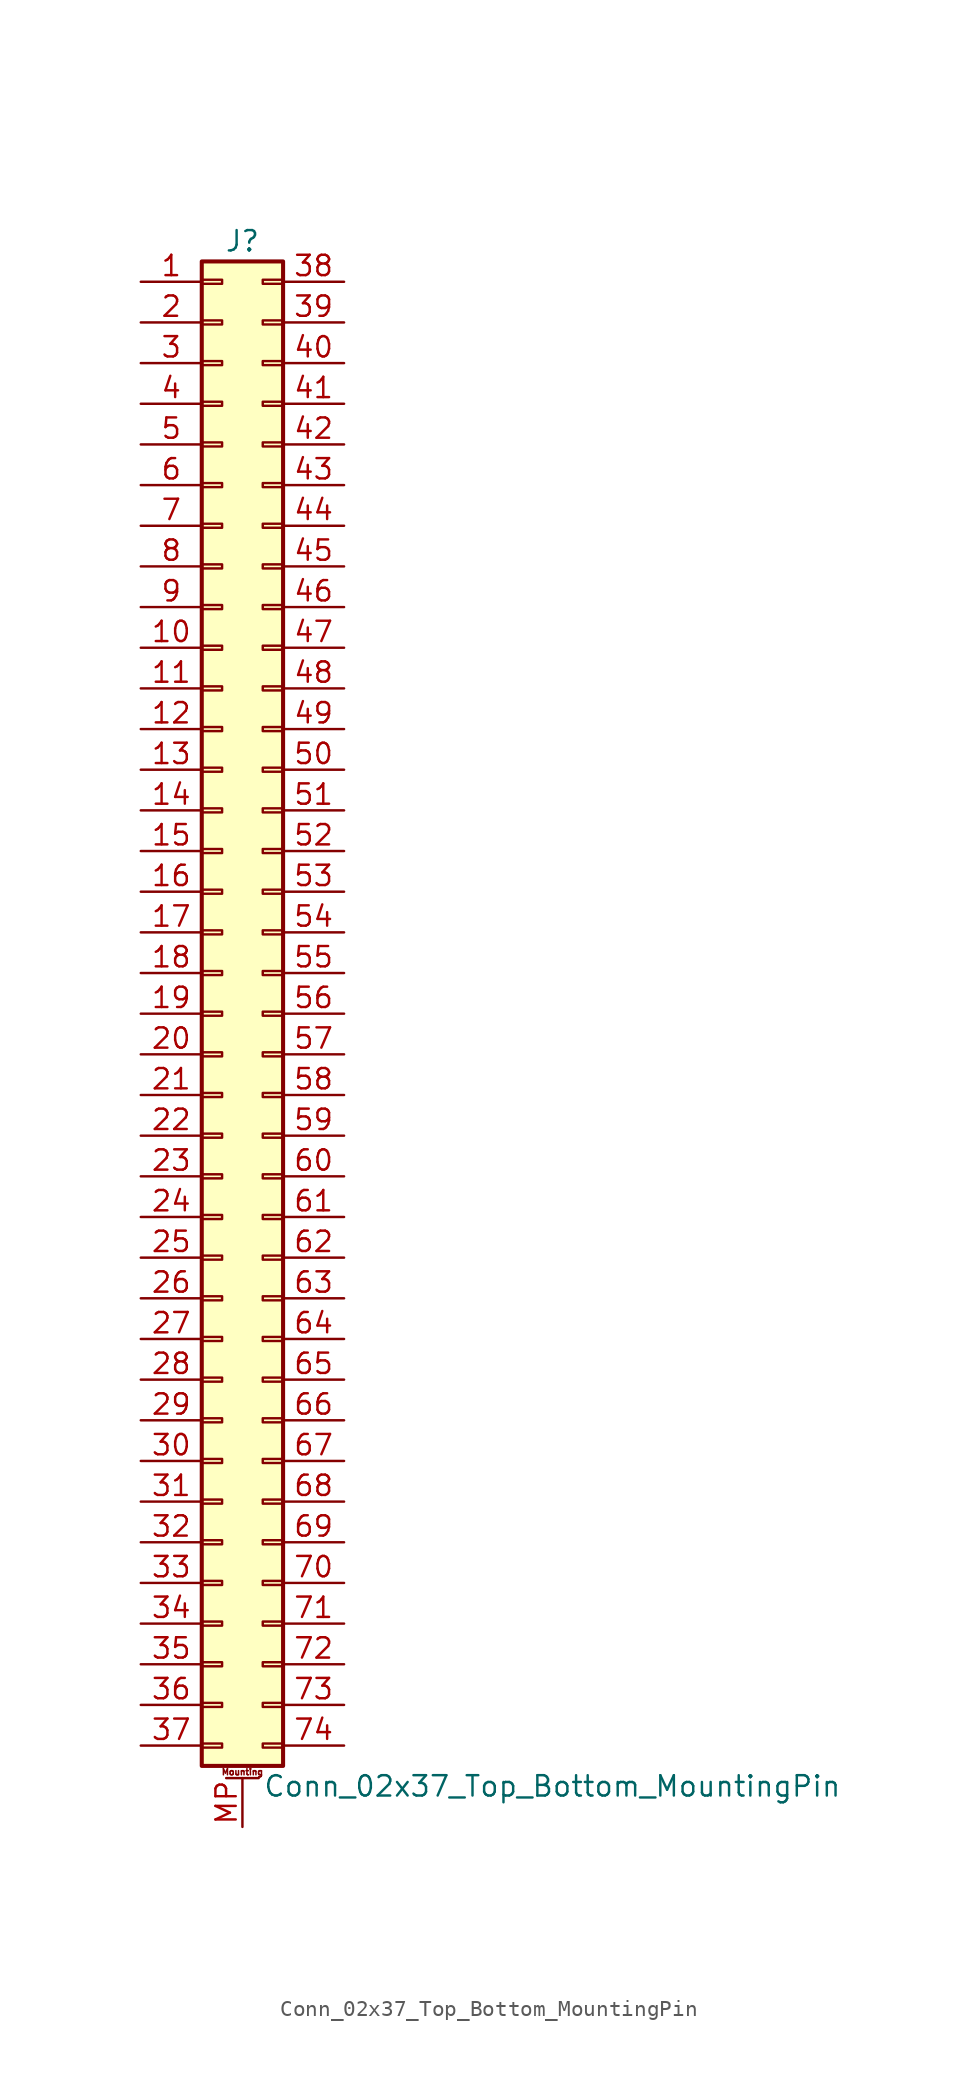
<source format=kicad_sym>
(kicad_symbol_lib
  (version 20220914)
  (generator kicad_symbol_editor)
  (symbol "Conn_02x37_Top_Bottom_MountingPin"
    (pin_names
      (offset 1.016) hide)
    (property "Reference" "J"
      (at 1.27 48.26 0)
      (effects (font (size 1.27 1.27))))
    (property "Value" "Conn_02x37_Top_Bottom_MountingPin"
      (at 2.54 -48.26 0)
      (effects (font (size 1.27 1.27)) (justify left)))
    (symbol "Conn_02x37_Top_Bottom_MountingPin_1_1"
      (rectangle (start -1.27 -45.593) (end 0 -45.847) (stroke (width 0.152) (type default)) (fill (type none)))
      (rectangle (start -1.27 -43.053) (end 0 -43.307) (stroke (width 0.152) (type default)) (fill (type none)))
      (rectangle (start -1.27 -40.513) (end 0 -40.767) (stroke (width 0.152) (type default)) (fill (type none)))
      (rectangle (start -1.27 -37.973) (end 0 -38.227) (stroke (width 0.152) (type default)) (fill (type none)))
      (rectangle (start -1.27 -35.433) (end 0 -35.687) (stroke (width 0.152) (type default)) (fill (type none)))
      (rectangle (start -1.27 -32.893) (end 0 -33.147) (stroke (width 0.152) (type default)) (fill (type none)))
      (rectangle (start -1.27 -30.353) (end 0 -30.607) (stroke (width 0.152) (type default)) (fill (type none)))
      (rectangle (start -1.27 -27.813) (end 0 -28.067) (stroke (width 0.152) (type default)) (fill (type none)))
      (rectangle (start -1.27 -25.273) (end 0 -25.527) (stroke (width 0.152) (type default)) (fill (type none)))
      (rectangle (start -1.27 -22.733) (end 0 -22.987) (stroke (width 0.152) (type default)) (fill (type none)))
      (rectangle (start -1.27 -20.193) (end 0 -20.447) (stroke (width 0.152) (type default)) (fill (type none)))
      (rectangle (start -1.27 -17.653) (end 0 -17.907) (stroke (width 0.152) (type default)) (fill (type none)))
      (rectangle (start -1.27 -15.113) (end 0 -15.367) (stroke (width 0.152) (type default)) (fill (type none)))
      (rectangle (start -1.27 -12.573) (end 0 -12.827) (stroke (width 0.152) (type default)) (fill (type none)))
      (rectangle (start -1.27 -10.033) (end 0 -10.287) (stroke (width 0.152) (type default)) (fill (type none)))
      (rectangle (start -1.27 -7.493) (end 0 -7.747) (stroke (width 0.152) (type default)) (fill (type none)))
      (rectangle (start -1.27 -4.953) (end 0 -5.207) (stroke (width 0.152) (type default)) (fill (type none)))
      (rectangle (start -1.27 -2.413) (end 0 -2.667) (stroke (width 0.152) (type default)) (fill (type none)))
      (rectangle (start -1.27 0.127) (end 0 -0.127) (stroke (width 0.152) (type default)) (fill (type none)))
      (rectangle (start -1.27 2.667) (end 0 2.413) (stroke (width 0.152) (type default)) (fill (type none)))
      (rectangle (start -1.27 5.207) (end 0 4.953) (stroke (width 0.152) (type default)) (fill (type none)))
      (rectangle (start -1.27 7.747) (end 0 7.493) (stroke (width 0.152) (type default)) (fill (type none)))
      (rectangle (start -1.27 10.287) (end 0 10.033) (stroke (width 0.152) (type default)) (fill (type none)))
      (rectangle (start -1.27 12.827) (end 0 12.573) (stroke (width 0.152) (type default)) (fill (type none)))
      (rectangle (start -1.27 15.367) (end 0 15.113) (stroke (width 0.152) (type default)) (fill (type none)))
      (rectangle (start -1.27 17.907) (end 0 17.653) (stroke (width 0.152) (type default)) (fill (type none)))
      (rectangle (start -1.27 20.447) (end 0 20.193) (stroke (width 0.152) (type default)) (fill (type none)))
      (rectangle (start -1.27 22.987) (end 0 22.733) (stroke (width 0.152) (type default)) (fill (type none)))
      (rectangle (start -1.27 25.527) (end 0 25.273) (stroke (width 0.152) (type default)) (fill (type none)))
      (rectangle (start -1.27 28.067) (end 0 27.813) (stroke (width 0.152) (type default)) (fill (type none)))
      (rectangle (start -1.27 30.607) (end 0 30.353) (stroke (width 0.152) (type default)) (fill (type none)))
      (rectangle (start -1.27 33.147) (end 0 32.893) (stroke (width 0.152) (type default)) (fill (type none)))
      (rectangle (start -1.27 35.687) (end 0 35.433) (stroke (width 0.152) (type default)) (fill (type none)))
      (rectangle (start -1.27 38.227) (end 0 37.973) (stroke (width 0.152) (type default)) (fill (type none)))
      (rectangle (start -1.27 40.767) (end 0 40.513) (stroke (width 0.152) (type default)) (fill (type none)))
      (rectangle (start -1.27 43.307) (end 0 43.053) (stroke (width 0.152) (type default)) (fill (type none)))
      (rectangle (start -1.27 45.847) (end 0 45.593) (stroke (width 0.152) (type default)) (fill (type none)))
      (rectangle (start -1.27 46.99) (end 3.81 -46.99) (stroke (width 0.254) (type default)) (fill (type background)))
      (polyline (pts (xy 0.254 -47.752) (xy 2.286 -47.752)) (stroke (width 0.152) (type default)) (fill (type none)))
      (rectangle (start 3.81 -45.593) (end 2.54 -45.847) (stroke (width 0.152) (type default)) (fill (type none)))
      (rectangle (start 3.81 -43.053) (end 2.54 -43.307) (stroke (width 0.152) (type default)) (fill (type none)))
      (rectangle (start 3.81 -40.513) (end 2.54 -40.767) (stroke (width 0.152) (type default)) (fill (type none)))
      (rectangle (start 3.81 -37.973) (end 2.54 -38.227) (stroke (width 0.152) (type default)) (fill (type none)))
      (rectangle (start 3.81 -35.433) (end 2.54 -35.687) (stroke (width 0.152) (type default)) (fill (type none)))
      (rectangle (start 3.81 -32.893) (end 2.54 -33.147) (stroke (width 0.152) (type default)) (fill (type none)))
      (rectangle (start 3.81 -30.353) (end 2.54 -30.607) (stroke (width 0.152) (type default)) (fill (type none)))
      (rectangle (start 3.81 -27.813) (end 2.54 -28.067) (stroke (width 0.152) (type default)) (fill (type none)))
      (rectangle (start 3.81 -25.273) (end 2.54 -25.527) (stroke (width 0.152) (type default)) (fill (type none)))
      (rectangle (start 3.81 -22.733) (end 2.54 -22.987) (stroke (width 0.152) (type default)) (fill (type none)))
      (rectangle (start 3.81 -20.193) (end 2.54 -20.447) (stroke (width 0.152) (type default)) (fill (type none)))
      (rectangle (start 3.81 -17.653) (end 2.54 -17.907) (stroke (width 0.152) (type default)) (fill (type none)))
      (rectangle (start 3.81 -15.113) (end 2.54 -15.367) (stroke (width 0.152) (type default)) (fill (type none)))
      (rectangle (start 3.81 -12.573) (end 2.54 -12.827) (stroke (width 0.152) (type default)) (fill (type none)))
      (rectangle (start 3.81 -10.033) (end 2.54 -10.287) (stroke (width 0.152) (type default)) (fill (type none)))
      (rectangle (start 3.81 -7.493) (end 2.54 -7.747) (stroke (width 0.152) (type default)) (fill (type none)))
      (rectangle (start 3.81 -4.953) (end 2.54 -5.207) (stroke (width 0.152) (type default)) (fill (type none)))
      (rectangle (start 3.81 -2.413) (end 2.54 -2.667) (stroke (width 0.152) (type default)) (fill (type none)))
      (rectangle (start 3.81 0.127) (end 2.54 -0.127) (stroke (width 0.152) (type default)) (fill (type none)))
      (rectangle (start 3.81 2.667) (end 2.54 2.413) (stroke (width 0.152) (type default)) (fill (type none)))
      (rectangle (start 3.81 5.207) (end 2.54 4.953) (stroke (width 0.152) (type default)) (fill (type none)))
      (rectangle (start 3.81 7.747) (end 2.54 7.493) (stroke (width 0.152) (type default)) (fill (type none)))
      (rectangle (start 3.81 10.287) (end 2.54 10.033) (stroke (width 0.152) (type default)) (fill (type none)))
      (rectangle (start 3.81 12.827) (end 2.54 12.573) (stroke (width 0.152) (type default)) (fill (type none)))
      (rectangle (start 3.81 15.367) (end 2.54 15.113) (stroke (width 0.152) (type default)) (fill (type none)))
      (rectangle (start 3.81 17.907) (end 2.54 17.653) (stroke (width 0.152) (type default)) (fill (type none)))
      (rectangle (start 3.81 20.447) (end 2.54 20.193) (stroke (width 0.152) (type default)) (fill (type none)))
      (rectangle (start 3.81 22.987) (end 2.54 22.733) (stroke (width 0.152) (type default)) (fill (type none)))
      (rectangle (start 3.81 25.527) (end 2.54 25.273) (stroke (width 0.152) (type default)) (fill (type none)))
      (rectangle (start 3.81 28.067) (end 2.54 27.813) (stroke (width 0.152) (type default)) (fill (type none)))
      (rectangle (start 3.81 30.607) (end 2.54 30.353) (stroke (width 0.152) (type default)) (fill (type none)))
      (rectangle (start 3.81 33.147) (end 2.54 32.893) (stroke (width 0.152) (type default)) (fill (type none)))
      (rectangle (start 3.81 35.687) (end 2.54 35.433) (stroke (width 0.152) (type default)) (fill (type none)))
      (rectangle (start 3.81 38.227) (end 2.54 37.973) (stroke (width 0.152) (type default)) (fill (type none)))
      (rectangle (start 3.81 40.767) (end 2.54 40.513) (stroke (width 0.152) (type default)) (fill (type none)))
      (rectangle (start 3.81 43.307) (end 2.54 43.053) (stroke (width 0.152) (type default)) (fill (type none)))
      (rectangle (start 3.81 45.847) (end 2.54 45.593) (stroke (width 0.152) (type default)) (fill (type none)))
      (text "Mounting" (at 1.27 -47.371 0) (effects (font (size 0.381 0.381))))
      (pin passive line (at -5.08 45.72 0) (length 3.81) (name "Pin_1" (effects (font (size 1.27 1.27)))) (number "1" (effects (font (size 1.27 1.27)))))
      (pin passive line (at -5.08 22.86 0) (length 3.81) (name "Pin_10" (effects (font (size 1.27 1.27)))) (number "10" (effects (font (size 1.27 1.27)))))
      (pin passive line (at -5.08 20.32 0) (length 3.81) (name "Pin_11" (effects (font (size 1.27 1.27)))) (number "11" (effects (font (size 1.27 1.27)))))
      (pin passive line (at -5.08 17.78 0) (length 3.81) (name "Pin_12" (effects (font (size 1.27 1.27)))) (number "12" (effects (font (size 1.27 1.27)))))
      (pin passive line (at -5.08 15.24 0) (length 3.81) (name "Pin_13" (effects (font (size 1.27 1.27)))) (number "13" (effects (font (size 1.27 1.27)))))
      (pin passive line (at -5.08 12.7 0) (length 3.81) (name "Pin_14" (effects (font (size 1.27 1.27)))) (number "14" (effects (font (size 1.27 1.27)))))
      (pin passive line (at -5.08 10.16 0) (length 3.81) (name "Pin_15" (effects (font (size 1.27 1.27)))) (number "15" (effects (font (size 1.27 1.27)))))
      (pin passive line (at -5.08 7.62 0) (length 3.81) (name "Pin_16" (effects (font (size 1.27 1.27)))) (number "16" (effects (font (size 1.27 1.27)))))
      (pin passive line (at -5.08 5.08 0) (length 3.81) (name "Pin_17" (effects (font (size 1.27 1.27)))) (number "17" (effects (font (size 1.27 1.27)))))
      (pin passive line (at -5.08 2.54 0) (length 3.81) (name "Pin_18" (effects (font (size 1.27 1.27)))) (number "18" (effects (font (size 1.27 1.27)))))
      (pin passive line (at -5.08 0 0) (length 3.81) (name "Pin_19" (effects (font (size 1.27 1.27)))) (number "19" (effects (font (size 1.27 1.27)))))
      (pin passive line (at -5.08 43.18 0) (length 3.81) (name "Pin_2" (effects (font (size 1.27 1.27)))) (number "2" (effects (font (size 1.27 1.27)))))
      (pin passive line (at -5.08 -2.54 0) (length 3.81) (name "Pin_20" (effects (font (size 1.27 1.27)))) (number "20" (effects (font (size 1.27 1.27)))))
      (pin passive line (at -5.08 -5.08 0) (length 3.81) (name "Pin_21" (effects (font (size 1.27 1.27)))) (number "21" (effects (font (size 1.27 1.27)))))
      (pin passive line (at -5.08 -7.62 0) (length 3.81) (name "Pin_22" (effects (font (size 1.27 1.27)))) (number "22" (effects (font (size 1.27 1.27)))))
      (pin passive line (at -5.08 -10.16 0) (length 3.81) (name "Pin_23" (effects (font (size 1.27 1.27)))) (number "23" (effects (font (size 1.27 1.27)))))
      (pin passive line (at -5.08 -12.7 0) (length 3.81) (name "Pin_24" (effects (font (size 1.27 1.27)))) (number "24" (effects (font (size 1.27 1.27)))))
      (pin passive line (at -5.08 -15.24 0) (length 3.81) (name "Pin_25" (effects (font (size 1.27 1.27)))) (number "25" (effects (font (size 1.27 1.27)))))
      (pin passive line (at -5.08 -17.78 0) (length 3.81) (name "Pin_26" (effects (font (size 1.27 1.27)))) (number "26" (effects (font (size 1.27 1.27)))))
      (pin passive line (at -5.08 -20.32 0) (length 3.81) (name "Pin_27" (effects (font (size 1.27 1.27)))) (number "27" (effects (font (size 1.27 1.27)))))
      (pin passive line (at -5.08 -22.86 0) (length 3.81) (name "Pin_28" (effects (font (size 1.27 1.27)))) (number "28" (effects (font (size 1.27 1.27)))))
      (pin passive line (at -5.08 -25.4 0) (length 3.81) (name "Pin_29" (effects (font (size 1.27 1.27)))) (number "29" (effects (font (size 1.27 1.27)))))
      (pin passive line (at -5.08 40.64 0) (length 3.81) (name "Pin_3" (effects (font (size 1.27 1.27)))) (number "3" (effects (font (size 1.27 1.27)))))
      (pin passive line (at -5.08 -27.94 0) (length 3.81) (name "Pin_30" (effects (font (size 1.27 1.27)))) (number "30" (effects (font (size 1.27 1.27)))))
      (pin passive line (at -5.08 -30.48 0) (length 3.81) (name "Pin_31" (effects (font (size 1.27 1.27)))) (number "31" (effects (font (size 1.27 1.27)))))
      (pin passive line (at -5.08 -33.02 0) (length 3.81) (name "Pin_32" (effects (font (size 1.27 1.27)))) (number "32" (effects (font (size 1.27 1.27)))))
      (pin passive line (at -5.08 -35.56 0) (length 3.81) (name "Pin_33" (effects (font (size 1.27 1.27)))) (number "33" (effects (font (size 1.27 1.27)))))
      (pin passive line (at -5.08 -38.1 0) (length 3.81) (name "Pin_34" (effects (font (size 1.27 1.27)))) (number "34" (effects (font (size 1.27 1.27)))))
      (pin passive line (at -5.08 -40.64 0) (length 3.81) (name "Pin_35" (effects (font (size 1.27 1.27)))) (number "35" (effects (font (size 1.27 1.27)))))
      (pin passive line (at -5.08 -43.18 0) (length 3.81) (name "Pin_36" (effects (font (size 1.27 1.27)))) (number "36" (effects (font (size 1.27 1.27)))))
      (pin passive line (at -5.08 -45.72 0) (length 3.81) (name "Pin_37" (effects (font (size 1.27 1.27)))) (number "37" (effects (font (size 1.27 1.27)))))
      (pin passive line (at 7.62 45.72 180) (length 3.81) (name "Pin_38" (effects (font (size 1.27 1.27)))) (number "38" (effects (font (size 1.27 1.27)))))
      (pin passive line (at 7.62 43.18 180) (length 3.81) (name "Pin_39" (effects (font (size 1.27 1.27)))) (number "39" (effects (font (size 1.27 1.27)))))
      (pin passive line (at -5.08 38.1 0) (length 3.81) (name "Pin_4" (effects (font (size 1.27 1.27)))) (number "4" (effects (font (size 1.27 1.27)))))
      (pin passive line (at 7.62 40.64 180) (length 3.81) (name "Pin_40" (effects (font (size 1.27 1.27)))) (number "40" (effects (font (size 1.27 1.27)))))
      (pin passive line (at 7.62 38.1 180) (length 3.81) (name "Pin_41" (effects (font (size 1.27 1.27)))) (number "41" (effects (font (size 1.27 1.27)))))
      (pin passive line (at 7.62 35.56 180) (length 3.81) (name "Pin_42" (effects (font (size 1.27 1.27)))) (number "42" (effects (font (size 1.27 1.27)))))
      (pin passive line (at 7.62 33.02 180) (length 3.81) (name "Pin_43" (effects (font (size 1.27 1.27)))) (number "43" (effects (font (size 1.27 1.27)))))
      (pin passive line (at 7.62 30.48 180) (length 3.81) (name "Pin_44" (effects (font (size 1.27 1.27)))) (number "44" (effects (font (size 1.27 1.27)))))
      (pin passive line (at 7.62 27.94 180) (length 3.81) (name "Pin_45" (effects (font (size 1.27 1.27)))) (number "45" (effects (font (size 1.27 1.27)))))
      (pin passive line (at 7.62 25.4 180) (length 3.81) (name "Pin_46" (effects (font (size 1.27 1.27)))) (number "46" (effects (font (size 1.27 1.27)))))
      (pin passive line (at 7.62 22.86 180) (length 3.81) (name "Pin_47" (effects (font (size 1.27 1.27)))) (number "47" (effects (font (size 1.27 1.27)))))
      (pin passive line (at 7.62 20.32 180) (length 3.81) (name "Pin_48" (effects (font (size 1.27 1.27)))) (number "48" (effects (font (size 1.27 1.27)))))
      (pin passive line (at 7.62 17.78 180) (length 3.81) (name "Pin_49" (effects (font (size 1.27 1.27)))) (number "49" (effects (font (size 1.27 1.27)))))
      (pin passive line (at -5.08 35.56 0) (length 3.81) (name "Pin_5" (effects (font (size 1.27 1.27)))) (number "5" (effects (font (size 1.27 1.27)))))
      (pin passive line (at 7.62 15.24 180) (length 3.81) (name "Pin_50" (effects (font (size 1.27 1.27)))) (number "50" (effects (font (size 1.27 1.27)))))
      (pin passive line (at 7.62 12.7 180) (length 3.81) (name "Pin_51" (effects (font (size 1.27 1.27)))) (number "51" (effects (font (size 1.27 1.27)))))
      (pin passive line (at 7.62 10.16 180) (length 3.81) (name "Pin_52" (effects (font (size 1.27 1.27)))) (number "52" (effects (font (size 1.27 1.27)))))
      (pin passive line (at 7.62 7.62 180) (length 3.81) (name "Pin_53" (effects (font (size 1.27 1.27)))) (number "53" (effects (font (size 1.27 1.27)))))
      (pin passive line (at 7.62 5.08 180) (length 3.81) (name "Pin_54" (effects (font (size 1.27 1.27)))) (number "54" (effects (font (size 1.27 1.27)))))
      (pin passive line (at 7.62 2.54 180) (length 3.81) (name "Pin_55" (effects (font (size 1.27 1.27)))) (number "55" (effects (font (size 1.27 1.27)))))
      (pin passive line (at 7.62 0 180) (length 3.81) (name "Pin_56" (effects (font (size 1.27 1.27)))) (number "56" (effects (font (size 1.27 1.27)))))
      (pin passive line (at 7.62 -2.54 180) (length 3.81) (name "Pin_57" (effects (font (size 1.27 1.27)))) (number "57" (effects (font (size 1.27 1.27)))))
      (pin passive line (at 7.62 -5.08 180) (length 3.81) (name "Pin_58" (effects (font (size 1.27 1.27)))) (number "58" (effects (font (size 1.27 1.27)))))
      (pin passive line (at 7.62 -7.62 180) (length 3.81) (name "Pin_59" (effects (font (size 1.27 1.27)))) (number "59" (effects (font (size 1.27 1.27)))))
      (pin passive line (at -5.08 33.02 0) (length 3.81) (name "Pin_6" (effects (font (size 1.27 1.27)))) (number "6" (effects (font (size 1.27 1.27)))))
      (pin passive line (at 7.62 -10.16 180) (length 3.81) (name "Pin_60" (effects (font (size 1.27 1.27)))) (number "60" (effects (font (size 1.27 1.27)))))
      (pin passive line (at 7.62 -12.7 180) (length 3.81) (name "Pin_61" (effects (font (size 1.27 1.27)))) (number "61" (effects (font (size 1.27 1.27)))))
      (pin passive line (at 7.62 -15.24 180) (length 3.81) (name "Pin_62" (effects (font (size 1.27 1.27)))) (number "62" (effects (font (size 1.27 1.27)))))
      (pin passive line (at 7.62 -17.78 180) (length 3.81) (name "Pin_63" (effects (font (size 1.27 1.27)))) (number "63" (effects (font (size 1.27 1.27)))))
      (pin passive line (at 7.62 -20.32 180) (length 3.81) (name "Pin_64" (effects (font (size 1.27 1.27)))) (number "64" (effects (font (size 1.27 1.27)))))
      (pin passive line (at 7.62 -22.86 180) (length 3.81) (name "Pin_65" (effects (font (size 1.27 1.27)))) (number "65" (effects (font (size 1.27 1.27)))))
      (pin passive line (at 7.62 -25.4 180) (length 3.81) (name "Pin_66" (effects (font (size 1.27 1.27)))) (number "66" (effects (font (size 1.27 1.27)))))
      (pin passive line (at 7.62 -27.94 180) (length 3.81) (name "Pin_67" (effects (font (size 1.27 1.27)))) (number "67" (effects (font (size 1.27 1.27)))))
      (pin passive line (at 7.62 -30.48 180) (length 3.81) (name "Pin_68" (effects (font (size 1.27 1.27)))) (number "68" (effects (font (size 1.27 1.27)))))
      (pin passive line (at 7.62 -33.02 180) (length 3.81) (name "Pin_69" (effects (font (size 1.27 1.27)))) (number "69" (effects (font (size 1.27 1.27)))))
      (pin passive line (at -5.08 30.48 0) (length 3.81) (name "Pin_7" (effects (font (size 1.27 1.27)))) (number "7" (effects (font (size 1.27 1.27)))))
      (pin passive line (at 7.62 -35.56 180) (length 3.81) (name "Pin_70" (effects (font (size 1.27 1.27)))) (number "70" (effects (font (size 1.27 1.27)))))
      (pin passive line (at 7.62 -38.1 180) (length 3.81) (name "Pin_71" (effects (font (size 1.27 1.27)))) (number "71" (effects (font (size 1.27 1.27)))))
      (pin passive line (at 7.62 -40.64 180) (length 3.81) (name "Pin_72" (effects (font (size 1.27 1.27)))) (number "72" (effects (font (size 1.27 1.27)))))
      (pin passive line (at 7.62 -43.18 180) (length 3.81) (name "Pin_73" (effects (font (size 1.27 1.27)))) (number "73" (effects (font (size 1.27 1.27)))))
      (pin passive line (at 7.62 -45.72 180) (length 3.81) (name "Pin_74" (effects (font (size 1.27 1.27)))) (number "74" (effects (font (size 1.27 1.27)))))
      (pin passive line (at -5.08 27.94 0) (length 3.81) (name "Pin_8" (effects (font (size 1.27 1.27)))) (number "8" (effects (font (size 1.27 1.27)))))
      (pin passive line (at -5.08 25.4 0) (length 3.81) (name "Pin_9" (effects (font (size 1.27 1.27)))) (number "9" (effects (font (size 1.27 1.27)))))
      (pin passive line (at 1.27 -50.8 90) (length 3.048) (name "MountPin" (effects (font (size 1.27 1.27)))) (number "MP" (effects (font (size 1.27 1.27))))))))
</source>
